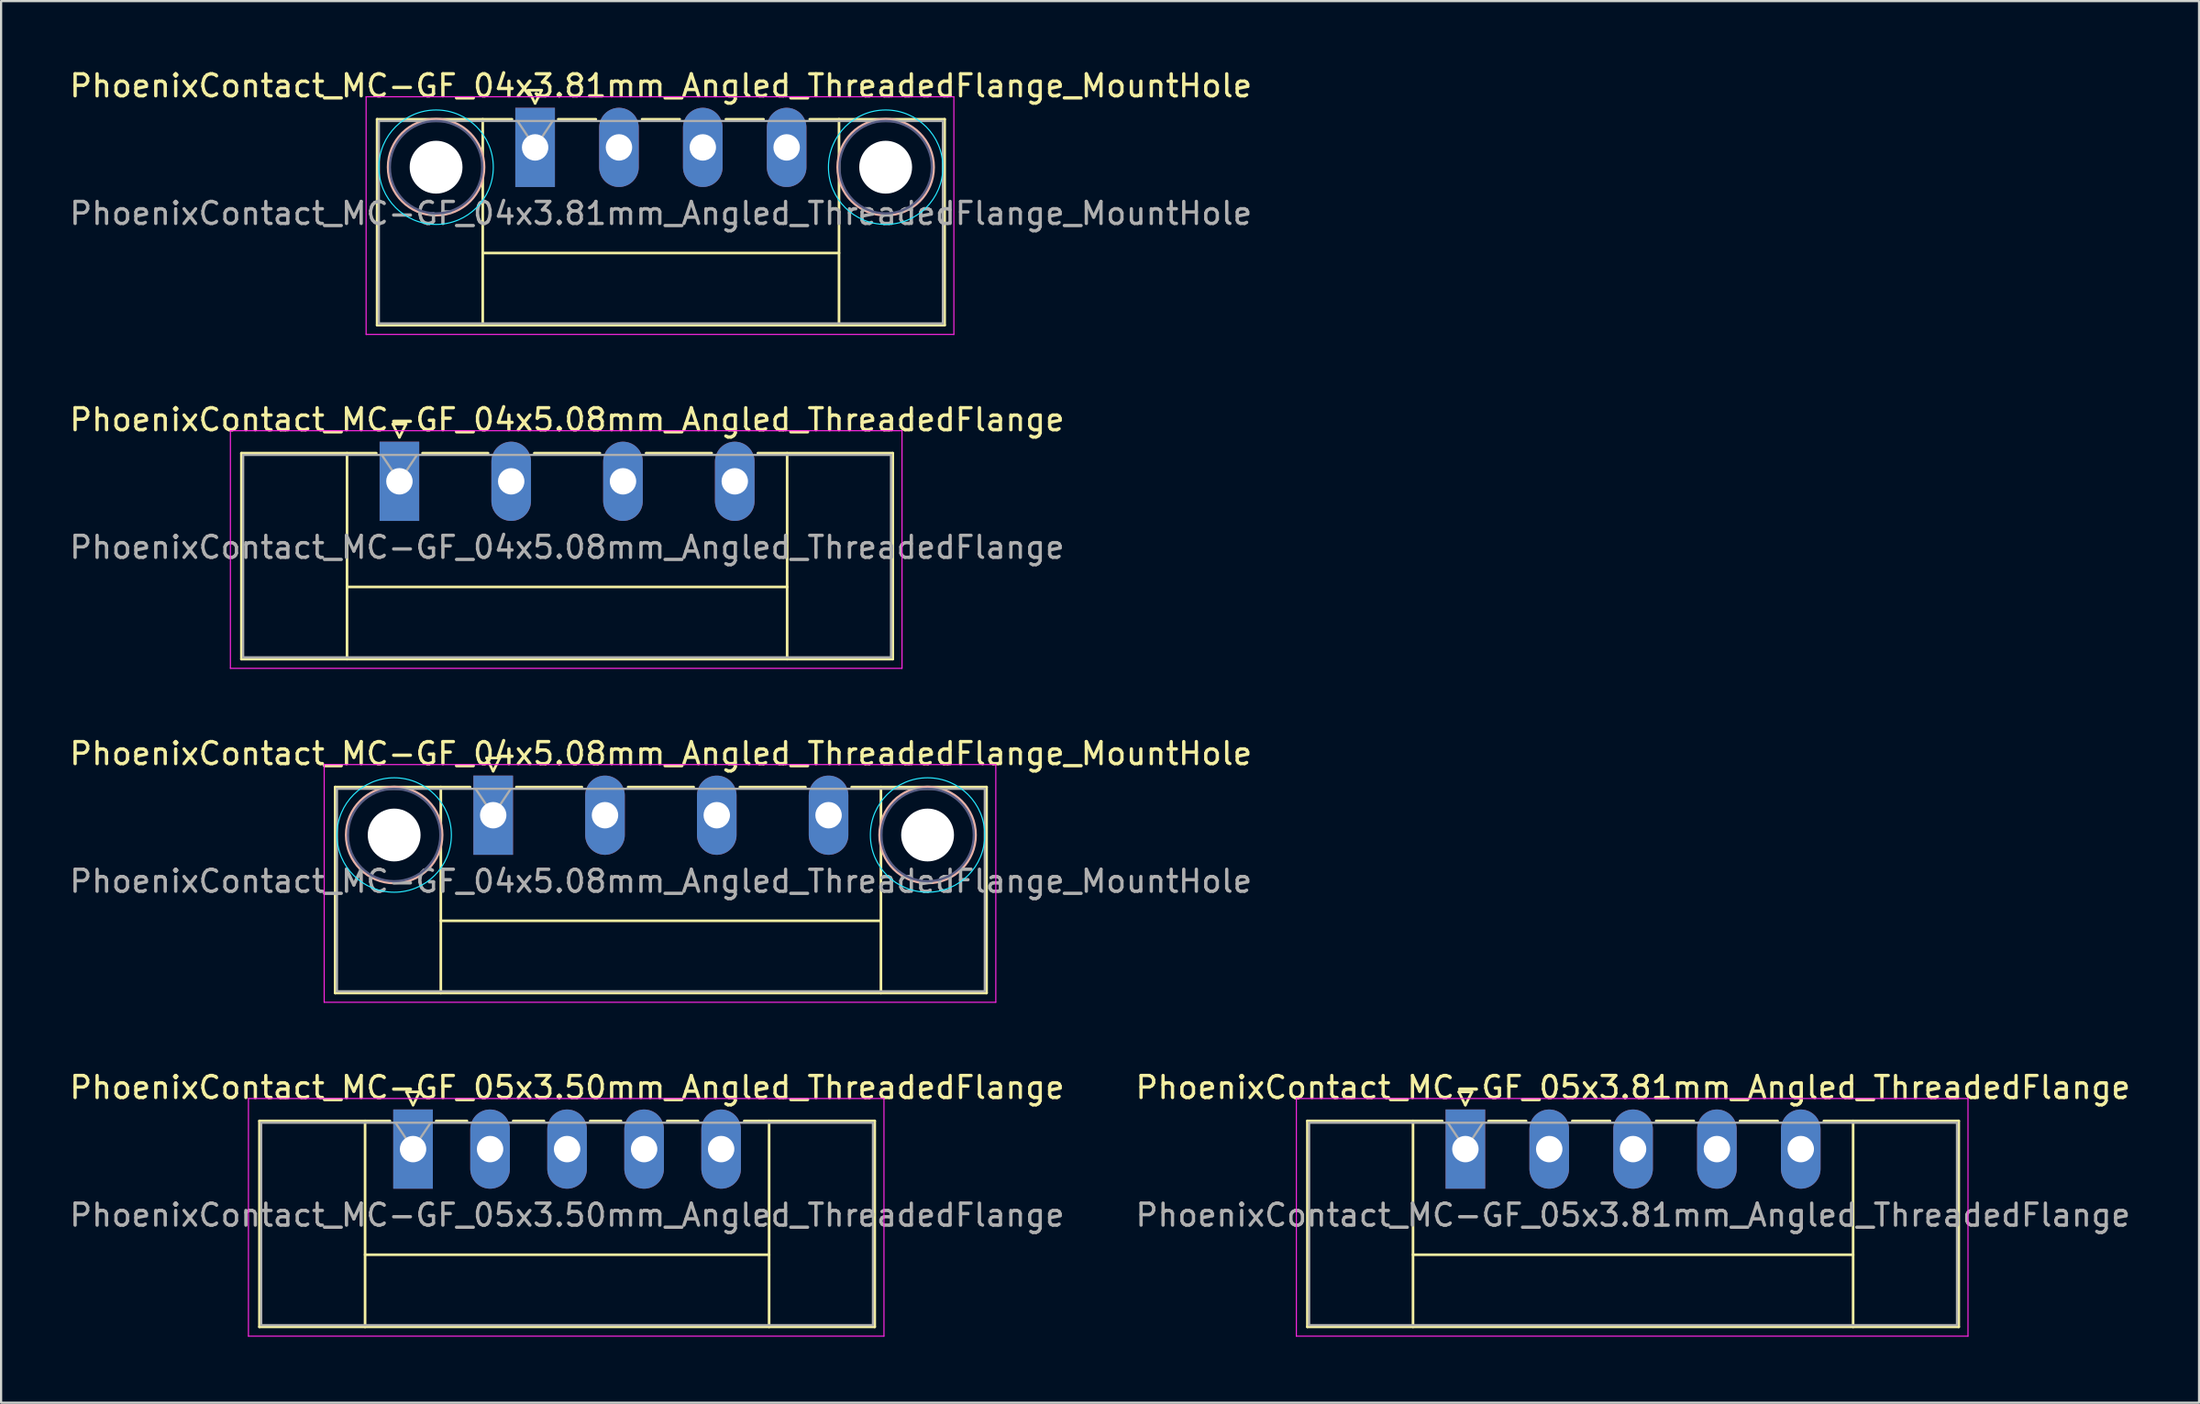
<source format=kicad_pcb>
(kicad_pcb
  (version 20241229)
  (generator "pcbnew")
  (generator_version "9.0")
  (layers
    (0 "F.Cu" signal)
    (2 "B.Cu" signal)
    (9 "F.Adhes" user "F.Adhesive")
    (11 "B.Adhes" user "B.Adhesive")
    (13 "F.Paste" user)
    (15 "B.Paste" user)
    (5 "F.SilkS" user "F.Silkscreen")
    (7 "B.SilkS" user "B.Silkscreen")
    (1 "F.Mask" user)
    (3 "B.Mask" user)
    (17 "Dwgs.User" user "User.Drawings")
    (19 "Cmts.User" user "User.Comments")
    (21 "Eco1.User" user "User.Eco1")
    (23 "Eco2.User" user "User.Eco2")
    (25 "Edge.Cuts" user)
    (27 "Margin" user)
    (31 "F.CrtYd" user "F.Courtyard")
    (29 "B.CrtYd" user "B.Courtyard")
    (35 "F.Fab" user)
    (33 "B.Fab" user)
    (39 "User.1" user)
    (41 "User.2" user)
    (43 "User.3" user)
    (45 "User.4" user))
  (footprint "PhoenixContact_MC-GF_04x3.81mm_Angled_ThreadedFlange_MountHole"
    (layer "F.Cu")
    (at 21.267 3.648)
    (property "Reference" "PhoenixContact_MC-GF_04x3.81mm_Angled_ThreadedFlange_MountHole" (at 5.715 -2.8 0) (layer "F.SilkS") (effects (font (size 1 1) (thickness 0.15))))
    (attr through_hole)
    (fp_line (start -7.18 -1.28) (end -7.18 8.08) (stroke (width 0.12) (type solid)) (layer "F.SilkS"))
    (fp_line (start -7.18 -1.28) (end -1.05 -1.28) (stroke (width 0.12) (type solid)) (layer "F.SilkS"))
    (fp_line (start -7.18 8.08) (end 18.61 8.08) (stroke (width 0.12) (type solid)) (layer "F.SilkS"))
    (fp_line (start -2.38 -1.28) (end -2.38 8.08) (stroke (width 0.12) (type solid)) (layer "F.SilkS"))
    (fp_line (start -2.38 4.8) (end 13.81 4.8) (stroke (width 0.12) (type solid)) (layer "F.SilkS"))
    (fp_line (start -0.3 -2.6) (end 0.3 -2.6) (stroke (width 0.12) (type solid)) (layer "F.SilkS"))
    (fp_line (start 0 -2) (end -0.3 -2.6) (stroke (width 0.12) (type solid)) (layer "F.SilkS"))
    (fp_line (start 0.3 -2.6) (end 0 -2) (stroke (width 0.12) (type solid)) (layer "F.SilkS"))
    (fp_line (start 1.05 -1.28) (end 2.76 -1.28) (stroke (width 0.12) (type solid)) (layer "F.SilkS"))
    (fp_line (start 4.86 -1.28) (end 6.57 -1.28) (stroke (width 0.12) (type solid)) (layer "F.SilkS"))
    (fp_line (start 8.67 -1.28) (end 10.38 -1.28) (stroke (width 0.12) (type solid)) (layer "F.SilkS"))
    (fp_line (start 13.81 -1.28) (end 13.81 8.08) (stroke (width 0.12) (type solid)) (layer "F.SilkS"))
    (fp_line (start 18.61 -1.28) (end 12.48 -1.28) (stroke (width 0.12) (type solid)) (layer "F.SilkS"))
    (fp_line (start 18.61 8.08) (end 18.61 -1.28) (stroke (width 0.12) (type solid)) (layer "F.SilkS"))
    (fp_circle (center -4.5 0.9) (end -2.32 0.9) (stroke (width 0.12) (type solid)) (fill no) (layer "B.SilkS"))
    (fp_circle (center 15.93 0.9) (end 18.11 0.9) (stroke (width 0.12) (type solid)) (fill no) (layer "B.SilkS"))
    (fp_circle (center -4.5 0.9) (end -1.9 0.9) (stroke (width 0.05) (type solid)) (fill no) (layer "B.CrtYd"))
    (fp_circle (center 15.93 0.9) (end 18.53 0.9) (stroke (width 0.05) (type solid)) (fill no) (layer "B.CrtYd"))
    (fp_line (start -7.68 -2.3) (end -7.68 8.5) (stroke (width 0.05) (type solid)) (layer "F.CrtYd"))
    (fp_line (start -7.68 8.5) (end 19.03 8.5) (stroke (width 0.05) (type solid)) (layer "F.CrtYd"))
    (fp_line (start 19.03 -2.3) (end -7.68 -2.3) (stroke (width 0.05) (type solid)) (layer "F.CrtYd"))
    (fp_line (start 19.03 8.5) (end 19.03 -2.3) (stroke (width 0.05) (type solid)) (layer "F.CrtYd"))
    (fp_circle (center -4.5 0.9) (end -2.4 0.9) (stroke (width 0.1) (type solid)) (fill no) (layer "B.Fab"))
    (fp_circle (center 15.93 0.9) (end 18.03 0.9) (stroke (width 0.1) (type solid)) (fill no) (layer "B.Fab"))
    (fp_line (start -7.1 -1.2) (end -7.1 8) (stroke (width 0.1) (type solid)) (layer "F.Fab"))
    (fp_line (start -7.1 8) (end 18.53 8) (stroke (width 0.1) (type solid)) (layer "F.Fab"))
    (fp_line (start 0 0) (end -0.8 -1.2) (stroke (width 0.1) (type solid)) (layer "F.Fab"))
    (fp_line (start 0.8 -1.2) (end 0 0) (stroke (width 0.1) (type solid)) (layer "F.Fab"))
    (fp_line (start 18.53 -1.2) (end -7.1 -1.2) (stroke (width 0.1) (type solid)) (layer "F.Fab"))
    (fp_line (start 18.53 8) (end 18.53 -1.2) (stroke (width 0.1) (type solid)) (layer "F.Fab"))
    (fp_text user "${REFERENCE}" (at 5.715 3 0) (layer "F.Fab") (effects (font (size 1 1) (thickness 0.15))))
    (pad "" np_thru_hole circle (at -4.5 0.9) (size 2.4 2.4) (drill 2.4) (layers "*.Cu" "*.Mask"))
    (pad "" np_thru_hole circle (at 15.93 0.9) (size 2.4 2.4) (drill 2.4) (layers "*.Cu" "*.Mask"))
    (pad "1" thru_hole rect (at 0 0) (size 1.8 3.6) (drill 1.2) (layers "*.Cu" "*.Mask"))
    (pad "2" thru_hole oval (at 3.81 0) (size 1.8 3.6) (drill 1.2) (layers "*.Cu" "*.Mask"))
    (pad "3" thru_hole oval (at 7.62 0) (size 1.8 3.6) (drill 1.2) (layers "*.Cu" "*.Mask"))
    (pad "4" thru_hole oval (at 11.43 0) (size 1.8 3.6) (drill 1.2) (layers "*.Cu" "*.Mask")))
  (footprint "PhoenixContact_MC-GF_04x5.08mm_Angled_ThreadedFlange_MountHole"
    (layer "F.Cu")
    (at 19.362 33.995)
    (property "Reference" "PhoenixContact_MC-GF_04x5.08mm_Angled_ThreadedFlange_MountHole" (at 7.62 -2.8 0) (layer "F.SilkS") (effects (font (size 1 1) (thickness 0.15))))
    (attr through_hole)
    (fp_line (start -7.18 -1.28) (end -7.18 8.08) (stroke (width 0.12) (type solid)) (layer "F.SilkS"))
    (fp_line (start -7.18 -1.28) (end -1.05 -1.28) (stroke (width 0.12) (type solid)) (layer "F.SilkS"))
    (fp_line (start -7.18 8.08) (end 22.42 8.08) (stroke (width 0.12) (type solid)) (layer "F.SilkS"))
    (fp_line (start -2.38 -1.28) (end -2.38 8.08) (stroke (width 0.12) (type solid)) (layer "F.SilkS"))
    (fp_line (start -2.38 4.8) (end 17.62 4.8) (stroke (width 0.12) (type solid)) (layer "F.SilkS"))
    (fp_line (start -0.3 -2.6) (end 0.3 -2.6) (stroke (width 0.12) (type solid)) (layer "F.SilkS"))
    (fp_line (start 0 -2) (end -0.3 -2.6) (stroke (width 0.12) (type solid)) (layer "F.SilkS"))
    (fp_line (start 0.3 -2.6) (end 0 -2) (stroke (width 0.12) (type solid)) (layer "F.SilkS"))
    (fp_line (start 1.05 -1.28) (end 4.03 -1.28) (stroke (width 0.12) (type solid)) (layer "F.SilkS"))
    (fp_line (start 6.13 -1.28) (end 9.11 -1.28) (stroke (width 0.12) (type solid)) (layer "F.SilkS"))
    (fp_line (start 11.21 -1.28) (end 14.19 -1.28) (stroke (width 0.12) (type solid)) (layer "F.SilkS"))
    (fp_line (start 17.62 -1.28) (end 17.62 8.08) (stroke (width 0.12) (type solid)) (layer "F.SilkS"))
    (fp_line (start 22.42 -1.28) (end 16.29 -1.28) (stroke (width 0.12) (type solid)) (layer "F.SilkS"))
    (fp_line (start 22.42 8.08) (end 22.42 -1.28) (stroke (width 0.12) (type solid)) (layer "F.SilkS"))
    (fp_circle (center -4.5 0.9) (end -2.32 0.9) (stroke (width 0.12) (type solid)) (fill no) (layer "B.SilkS"))
    (fp_circle (center 19.74 0.9) (end 21.92 0.9) (stroke (width 0.12) (type solid)) (fill no) (layer "B.SilkS"))
    (fp_circle (center -4.5 0.9) (end -1.9 0.9) (stroke (width 0.05) (type solid)) (fill no) (layer "B.CrtYd"))
    (fp_circle (center 19.74 0.9) (end 22.34 0.9) (stroke (width 0.05) (type solid)) (fill no) (layer "B.CrtYd"))
    (fp_line (start -7.68 -2.3) (end -7.68 8.5) (stroke (width 0.05) (type solid)) (layer "F.CrtYd"))
    (fp_line (start -7.68 8.5) (end 22.84 8.5) (stroke (width 0.05) (type solid)) (layer "F.CrtYd"))
    (fp_line (start 22.84 -2.3) (end -7.68 -2.3) (stroke (width 0.05) (type solid)) (layer "F.CrtYd"))
    (fp_line (start 22.84 8.5) (end 22.84 -2.3) (stroke (width 0.05) (type solid)) (layer "F.CrtYd"))
    (fp_circle (center -4.5 0.9) (end -2.4 0.9) (stroke (width 0.1) (type solid)) (fill no) (layer "B.Fab"))
    (fp_circle (center 19.74 0.9) (end 21.84 0.9) (stroke (width 0.1) (type solid)) (fill no) (layer "B.Fab"))
    (fp_line (start -7.1 -1.2) (end -7.1 8) (stroke (width 0.1) (type solid)) (layer "F.Fab"))
    (fp_line (start -7.1 8) (end 22.34 8) (stroke (width 0.1) (type solid)) (layer "F.Fab"))
    (fp_line (start 0 0) (end -0.8 -1.2) (stroke (width 0.1) (type solid)) (layer "F.Fab"))
    (fp_line (start 0.8 -1.2) (end 0 0) (stroke (width 0.1) (type solid)) (layer "F.Fab"))
    (fp_line (start 22.34 -1.2) (end -7.1 -1.2) (stroke (width 0.1) (type solid)) (layer "F.Fab"))
    (fp_line (start 22.34 8) (end 22.34 -1.2) (stroke (width 0.1) (type solid)) (layer "F.Fab"))
    (fp_text user "${REFERENCE}" (at 7.62 3 0) (layer "F.Fab") (effects (font (size 1 1) (thickness 0.15))))
    (pad "" np_thru_hole circle (at -4.5 0.9) (size 2.4 2.4) (drill 2.4) (layers "*.Cu" "*.Mask"))
    (pad "" np_thru_hole circle (at 19.74 0.9) (size 2.4 2.4) (drill 2.4) (layers "*.Cu" "*.Mask"))
    (pad "1" thru_hole rect (at 0 0) (size 1.8 3.6) (drill 1.2) (layers "*.Cu" "*.Mask"))
    (pad "2" thru_hole oval (at 5.08 0) (size 1.8 3.6) (drill 1.2) (layers "*.Cu" "*.Mask"))
    (pad "3" thru_hole oval (at 10.16 0) (size 1.8 3.6) (drill 1.2) (layers "*.Cu" "*.Mask"))
    (pad "4" thru_hole oval (at 15.24 0) (size 1.8 3.6) (drill 1.2) (layers "*.Cu" "*.Mask")))
  (footprint "PhoenixContact_MC-GF_05x3.81mm_Angled_ThreadedFlange"
    (layer "F.Cu")
    (at 63.541 49.168)
    (property "Reference" "PhoenixContact_MC-GF_05x3.81mm_Angled_ThreadedFlange" (at 7.62 -2.8 0) (layer "F.SilkS") (effects (font (size 1 1) (thickness 0.15))))
    (attr through_hole)
    (fp_line (start -7.18 -1.28) (end -7.18 8.08) (stroke (width 0.12) (type solid)) (layer "F.SilkS"))
    (fp_line (start -7.18 -1.28) (end -1.05 -1.28) (stroke (width 0.12) (type solid)) (layer "F.SilkS"))
    (fp_line (start -7.18 8.08) (end 22.42 8.08) (stroke (width 0.12) (type solid)) (layer "F.SilkS"))
    (fp_line (start -2.38 -1.28) (end -2.38 8.08) (stroke (width 0.12) (type solid)) (layer "F.SilkS"))
    (fp_line (start -2.38 4.8) (end 17.62 4.8) (stroke (width 0.12) (type solid)) (layer "F.SilkS"))
    (fp_line (start -0.3 -2.6) (end 0.3 -2.6) (stroke (width 0.12) (type solid)) (layer "F.SilkS"))
    (fp_line (start 0 -2) (end -0.3 -2.6) (stroke (width 0.12) (type solid)) (layer "F.SilkS"))
    (fp_line (start 0.3 -2.6) (end 0 -2) (stroke (width 0.12) (type solid)) (layer "F.SilkS"))
    (fp_line (start 1.05 -1.28) (end 2.76 -1.28) (stroke (width 0.12) (type solid)) (layer "F.SilkS"))
    (fp_line (start 4.86 -1.28) (end 6.57 -1.28) (stroke (width 0.12) (type solid)) (layer "F.SilkS"))
    (fp_line (start 8.67 -1.28) (end 10.38 -1.28) (stroke (width 0.12) (type solid)) (layer "F.SilkS"))
    (fp_line (start 12.48 -1.28) (end 14.19 -1.28) (stroke (width 0.12) (type solid)) (layer "F.SilkS"))
    (fp_line (start 17.62 -1.28) (end 17.62 8.08) (stroke (width 0.12) (type solid)) (layer "F.SilkS"))
    (fp_line (start 22.42 -1.28) (end 16.29 -1.28) (stroke (width 0.12) (type solid)) (layer "F.SilkS"))
    (fp_line (start 22.42 8.08) (end 22.42 -1.28) (stroke (width 0.12) (type solid)) (layer "F.SilkS"))
    (fp_line (start -7.68 -2.3) (end -7.68 8.5) (stroke (width 0.05) (type solid)) (layer "F.CrtYd"))
    (fp_line (start -7.68 8.5) (end 22.84 8.5) (stroke (width 0.05) (type solid)) (layer "F.CrtYd"))
    (fp_line (start 22.84 -2.3) (end -7.68 -2.3) (stroke (width 0.05) (type solid)) (layer "F.CrtYd"))
    (fp_line (start 22.84 8.5) (end 22.84 -2.3) (stroke (width 0.05) (type solid)) (layer "F.CrtYd"))
    (fp_line (start -7.1 -1.2) (end -7.1 8) (stroke (width 0.1) (type solid)) (layer "F.Fab"))
    (fp_line (start -7.1 8) (end 22.34 8) (stroke (width 0.1) (type solid)) (layer "F.Fab"))
    (fp_line (start 0 0) (end -0.8 -1.2) (stroke (width 0.1) (type solid)) (layer "F.Fab"))
    (fp_line (start 0.8 -1.2) (end 0 0) (stroke (width 0.1) (type solid)) (layer "F.Fab"))
    (fp_line (start 22.34 -1.2) (end -7.1 -1.2) (stroke (width 0.1) (type solid)) (layer "F.Fab"))
    (fp_line (start 22.34 8) (end 22.34 -1.2) (stroke (width 0.1) (type solid)) (layer "F.Fab"))
    (fp_text user "${REFERENCE}" (at 7.62 3 0) (layer "F.Fab") (effects (font (size 1 1) (thickness 0.15))))
    (pad "1" thru_hole rect (at 0 0) (size 1.8 3.6) (drill 1.2) (layers "*.Cu" "*.Mask"))
    (pad "2" thru_hole oval (at 3.81 0) (size 1.8 3.6) (drill 1.2) (layers "*.Cu" "*.Mask"))
    (pad "3" thru_hole oval (at 7.62 0) (size 1.8 3.6) (drill 1.2) (layers "*.Cu" "*.Mask"))
    (pad "4" thru_hole oval (at 11.43 0) (size 1.8 3.6) (drill 1.2) (layers "*.Cu" "*.Mask"))
    (pad "5" thru_hole oval (at 15.24 0) (size 1.8 3.6) (drill 1.2) (layers "*.Cu" "*.Mask")))
  (footprint "PhoenixContact_MC-GF_04x5.08mm_Angled_ThreadedFlange"
    (layer "F.Cu")
    (at 15.1 18.822)
    (property "Reference" "PhoenixContact_MC-GF_04x5.08mm_Angled_ThreadedFlange" (at 7.62 -2.8 0) (layer "F.SilkS") (effects (font (size 1 1) (thickness 0.15))))
    (attr through_hole)
    (fp_line (start -7.18 -1.28) (end -7.18 8.08) (stroke (width 0.12) (type solid)) (layer "F.SilkS"))
    (fp_line (start -7.18 -1.28) (end -1.05 -1.28) (stroke (width 0.12) (type solid)) (layer "F.SilkS"))
    (fp_line (start -7.18 8.08) (end 22.42 8.08) (stroke (width 0.12) (type solid)) (layer "F.SilkS"))
    (fp_line (start -2.38 -1.28) (end -2.38 8.08) (stroke (width 0.12) (type solid)) (layer "F.SilkS"))
    (fp_line (start -2.38 4.8) (end 17.62 4.8) (stroke (width 0.12) (type solid)) (layer "F.SilkS"))
    (fp_line (start -0.3 -2.6) (end 0.3 -2.6) (stroke (width 0.12) (type solid)) (layer "F.SilkS"))
    (fp_line (start 0 -2) (end -0.3 -2.6) (stroke (width 0.12) (type solid)) (layer "F.SilkS"))
    (fp_line (start 0.3 -2.6) (end 0 -2) (stroke (width 0.12) (type solid)) (layer "F.SilkS"))
    (fp_line (start 1.05 -1.28) (end 4.03 -1.28) (stroke (width 0.12) (type solid)) (layer "F.SilkS"))
    (fp_line (start 6.13 -1.28) (end 9.11 -1.28) (stroke (width 0.12) (type solid)) (layer "F.SilkS"))
    (fp_line (start 11.21 -1.28) (end 14.19 -1.28) (stroke (width 0.12) (type solid)) (layer "F.SilkS"))
    (fp_line (start 17.62 -1.28) (end 17.62 8.08) (stroke (width 0.12) (type solid)) (layer "F.SilkS"))
    (fp_line (start 22.42 -1.28) (end 16.29 -1.28) (stroke (width 0.12) (type solid)) (layer "F.SilkS"))
    (fp_line (start 22.42 8.08) (end 22.42 -1.28) (stroke (width 0.12) (type solid)) (layer "F.SilkS"))
    (fp_line (start -7.68 -2.3) (end -7.68 8.5) (stroke (width 0.05) (type solid)) (layer "F.CrtYd"))
    (fp_line (start -7.68 8.5) (end 22.84 8.5) (stroke (width 0.05) (type solid)) (layer "F.CrtYd"))
    (fp_line (start 22.84 -2.3) (end -7.68 -2.3) (stroke (width 0.05) (type solid)) (layer "F.CrtYd"))
    (fp_line (start 22.84 8.5) (end 22.84 -2.3) (stroke (width 0.05) (type solid)) (layer "F.CrtYd"))
    (fp_line (start -7.1 -1.2) (end -7.1 8) (stroke (width 0.1) (type solid)) (layer "F.Fab"))
    (fp_line (start -7.1 8) (end 22.34 8) (stroke (width 0.1) (type solid)) (layer "F.Fab"))
    (fp_line (start 0 0) (end -0.8 -1.2) (stroke (width 0.1) (type solid)) (layer "F.Fab"))
    (fp_line (start 0.8 -1.2) (end 0 0) (stroke (width 0.1) (type solid)) (layer "F.Fab"))
    (fp_line (start 22.34 -1.2) (end -7.1 -1.2) (stroke (width 0.1) (type solid)) (layer "F.Fab"))
    (fp_line (start 22.34 8) (end 22.34 -1.2) (stroke (width 0.1) (type solid)) (layer "F.Fab"))
    (fp_text user "${REFERENCE}" (at 7.62 3 0) (layer "F.Fab") (effects (font (size 1 1) (thickness 0.15))))
    (pad "1" thru_hole rect (at 0 0) (size 1.8 3.6) (drill 1.2) (layers "*.Cu" "*.Mask"))
    (pad "2" thru_hole oval (at 5.08 0) (size 1.8 3.6) (drill 1.2) (layers "*.Cu" "*.Mask"))
    (pad "3" thru_hole oval (at 10.16 0) (size 1.8 3.6) (drill 1.2) (layers "*.Cu" "*.Mask"))
    (pad "4" thru_hole oval (at 15.24 0) (size 1.8 3.6) (drill 1.2) (layers "*.Cu" "*.Mask")))
  (footprint "PhoenixContact_MC-GF_05x3.50mm_Angled_ThreadedFlange"
    (layer "F.Cu")
    (at 15.72 49.168)
    (property "Reference" "PhoenixContact_MC-GF_05x3.50mm_Angled_ThreadedFlange" (at 7 -2.8 0) (layer "F.SilkS") (effects (font (size 1 1) (thickness 0.15))))
    (attr through_hole)
    (fp_line (start -6.98 -1.28) (end -6.98 8.08) (stroke (width 0.12) (type solid)) (layer "F.SilkS"))
    (fp_line (start -6.98 -1.28) (end -1.05 -1.28) (stroke (width 0.12) (type solid)) (layer "F.SilkS"))
    (fp_line (start -6.98 8.08) (end 20.98 8.08) (stroke (width 0.12) (type solid)) (layer "F.SilkS"))
    (fp_line (start -2.18 -1.28) (end -2.18 8.08) (stroke (width 0.12) (type solid)) (layer "F.SilkS"))
    (fp_line (start -2.18 4.8) (end 16.18 4.8) (stroke (width 0.12) (type solid)) (layer "F.SilkS"))
    (fp_line (start -0.3 -2.6) (end 0.3 -2.6) (stroke (width 0.12) (type solid)) (layer "F.SilkS"))
    (fp_line (start 0 -2) (end -0.3 -2.6) (stroke (width 0.12) (type solid)) (layer "F.SilkS"))
    (fp_line (start 0.3 -2.6) (end 0 -2) (stroke (width 0.12) (type solid)) (layer "F.SilkS"))
    (fp_line (start 1.05 -1.28) (end 2.45 -1.28) (stroke (width 0.12) (type solid)) (layer "F.SilkS"))
    (fp_line (start 4.55 -1.28) (end 5.95 -1.28) (stroke (width 0.12) (type solid)) (layer "F.SilkS"))
    (fp_line (start 8.05 -1.28) (end 9.45 -1.28) (stroke (width 0.12) (type solid)) (layer "F.SilkS"))
    (fp_line (start 11.55 -1.28) (end 12.95 -1.28) (stroke (width 0.12) (type solid)) (layer "F.SilkS"))
    (fp_line (start 16.18 -1.28) (end 16.18 8.08) (stroke (width 0.12) (type solid)) (layer "F.SilkS"))
    (fp_line (start 20.98 -1.28) (end 15.05 -1.28) (stroke (width 0.12) (type solid)) (layer "F.SilkS"))
    (fp_line (start 20.98 8.08) (end 20.98 -1.28) (stroke (width 0.12) (type solid)) (layer "F.SilkS"))
    (fp_line (start -7.48 -2.3) (end -7.48 8.5) (stroke (width 0.05) (type solid)) (layer "F.CrtYd"))
    (fp_line (start -7.48 8.5) (end 21.4 8.5) (stroke (width 0.05) (type solid)) (layer "F.CrtYd"))
    (fp_line (start 21.4 -2.3) (end -7.48 -2.3) (stroke (width 0.05) (type solid)) (layer "F.CrtYd"))
    (fp_line (start 21.4 8.5) (end 21.4 -2.3) (stroke (width 0.05) (type solid)) (layer "F.CrtYd"))
    (fp_line (start -6.9 -1.2) (end -6.9 8) (stroke (width 0.1) (type solid)) (layer "F.Fab"))
    (fp_line (start -6.9 8) (end 20.9 8) (stroke (width 0.1) (type solid)) (layer "F.Fab"))
    (fp_line (start 0 0) (end -0.8 -1.2) (stroke (width 0.1) (type solid)) (layer "F.Fab"))
    (fp_line (start 0.8 -1.2) (end 0 0) (stroke (width 0.1) (type solid)) (layer "F.Fab"))
    (fp_line (start 20.9 -1.2) (end -6.9 -1.2) (stroke (width 0.1) (type solid)) (layer "F.Fab"))
    (fp_line (start 20.9 8) (end 20.9 -1.2) (stroke (width 0.1) (type solid)) (layer "F.Fab"))
    (fp_text user "${REFERENCE}" (at 7 3 0) (layer "F.Fab") (effects (font (size 1 1) (thickness 0.15))))
    (pad "1" thru_hole rect (at 0 0) (size 1.8 3.6) (drill 1.2) (layers "*.Cu" "*.Mask"))
    (pad "2" thru_hole oval (at 3.5 0) (size 1.8 3.6) (drill 1.2) (layers "*.Cu" "*.Mask"))
    (pad "3" thru_hole oval (at 7 0) (size 1.8 3.6) (drill 1.2) (layers "*.Cu" "*.Mask"))
    (pad "4" thru_hole oval (at 10.5 0) (size 1.8 3.6) (drill 1.2) (layers "*.Cu" "*.Mask"))
    (pad "5" thru_hole oval (at 14 0) (size 1.8 3.6) (drill 1.2) (layers "*.Cu" "*.Mask")))
  (gr_rect
    (start -3 -3)
    (end 96.881 60.693)
    (stroke (width 0.1) (type default))
    (fill no)
    (layer "Edge.Cuts")))
</source>
